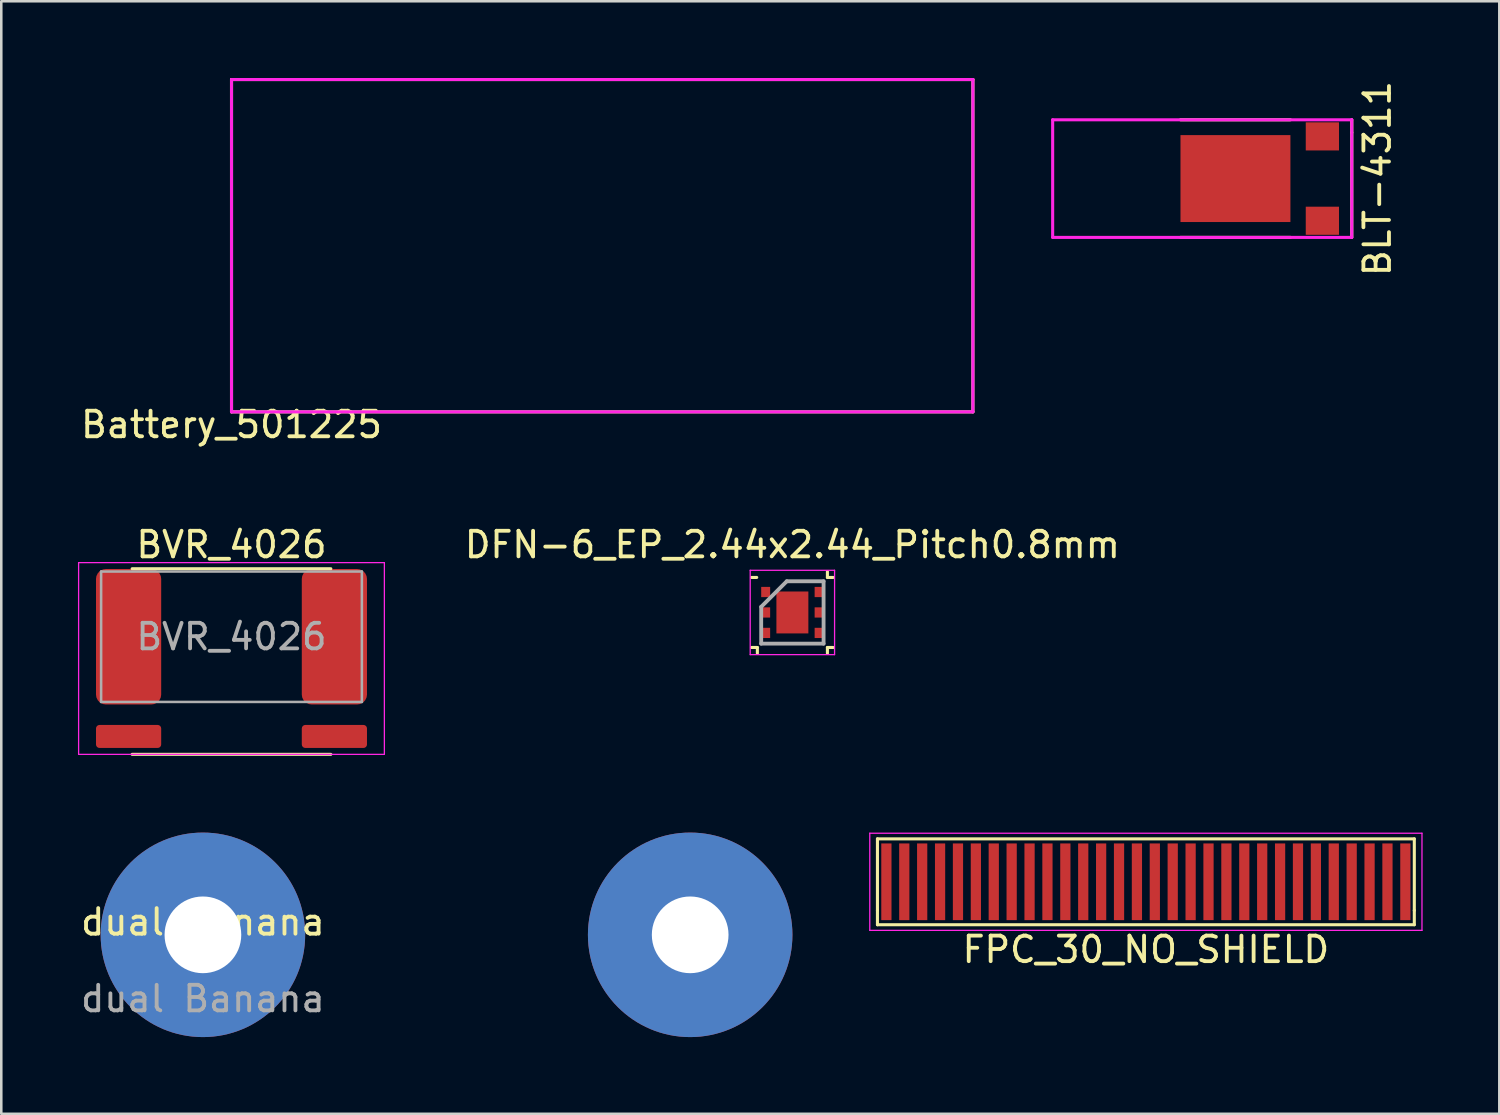
<source format=kicad_pcb>
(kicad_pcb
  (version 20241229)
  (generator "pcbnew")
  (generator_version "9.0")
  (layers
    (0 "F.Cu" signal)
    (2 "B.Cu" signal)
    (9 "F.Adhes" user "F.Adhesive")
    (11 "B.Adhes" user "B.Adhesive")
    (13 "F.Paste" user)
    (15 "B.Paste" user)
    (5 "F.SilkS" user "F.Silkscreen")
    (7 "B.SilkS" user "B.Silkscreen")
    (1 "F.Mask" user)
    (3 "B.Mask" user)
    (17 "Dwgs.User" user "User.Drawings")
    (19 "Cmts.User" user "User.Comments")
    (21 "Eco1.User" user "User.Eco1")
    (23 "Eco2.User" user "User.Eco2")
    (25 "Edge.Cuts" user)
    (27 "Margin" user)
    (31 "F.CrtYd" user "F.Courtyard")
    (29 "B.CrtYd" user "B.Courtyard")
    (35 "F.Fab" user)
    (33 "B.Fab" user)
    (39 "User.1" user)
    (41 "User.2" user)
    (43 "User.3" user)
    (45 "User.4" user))
  (footprint "DFN-6_EP_2.44x2.44_Pitch0.8mm"
    (layer "F.Cu")
    (at 27.945 20.907)
    (property "Reference" "DFN-6_EP_2.44x2.44_Pitch0.8mm" (at 0 -2.65 0) (layer "F.SilkS") (effects (font (size 1 1) (thickness 0.15))))
    (attr smd)
    (fp_line (start -1.6 -1.37) (end -1.395 -1.37) (stroke (width 0.12) (type solid)) (layer "F.SilkS"))
    (fp_line (start -1.6 1.37) (end -1.37 1.37) (stroke (width 0.12) (type solid)) (layer "F.SilkS"))
    (fp_line (start -1.37 1.37) (end -1.37 1.6) (stroke (width 0.12) (type solid)) (layer "F.SilkS"))
    (fp_line (start 1.37 -1.37) (end 1.37 -1.6) (stroke (width 0.12) (type solid)) (layer "F.SilkS"))
    (fp_line (start 1.37 1.37) (end 1.37 1.6) (stroke (width 0.12) (type solid)) (layer "F.SilkS"))
    (fp_line (start 1.6 -1.37) (end 1.37 -1.37) (stroke (width 0.12) (type solid)) (layer "F.SilkS"))
    (fp_line (start 1.6 1.37) (end 1.37 1.37) (stroke (width 0.12) (type solid)) (layer "F.SilkS"))
    (fp_poly (pts (xy 0.5 0.7) (xy -0.5 0.7) (xy -0.5 -0.7) (xy 0.5 -0.7)) (stroke (width 0.01) (type solid)) (fill yes) (layer "F.Paste"))
    (fp_line (start -1.65 -1.65) (end 1.65 -1.65) (stroke (width 0.05) (type solid)) (layer "F.CrtYd"))
    (fp_line (start -1.65 1.65) (end -1.65 -1.65) (stroke (width 0.05) (type solid)) (layer "F.CrtYd"))
    (fp_line (start 1.65 -1.65) (end 1.65 1.65) (stroke (width 0.05) (type solid)) (layer "F.CrtYd"))
    (fp_line (start 1.65 1.65) (end -1.65 1.65) (stroke (width 0.05) (type solid)) (layer "F.CrtYd"))
    (fp_line (start -1.22 -0.22) (end -1.22 1.22) (stroke (width 0.15) (type solid)) (layer "F.Fab"))
    (fp_line (start -1.22 1.22) (end 1.22 1.22) (stroke (width 0.15) (type solid)) (layer "F.Fab"))
    (fp_line (start -0.22 -1.22) (end -1.22 -0.22) (stroke (width 0.15) (type solid)) (layer "F.Fab"))
    (fp_line (start 1.22 -1.22) (end -0.22 -1.22) (stroke (width 0.15) (type solid)) (layer "F.Fab"))
    (fp_line (start 1.22 1.22) (end 1.22 -1.22) (stroke (width 0.15) (type solid)) (layer "F.Fab"))
    (pad "1" smd rect (at -1.045 -0.8 90) (size 0.4 0.35) (layers "F.Cu" "F.Mask" "F.Paste"))
    (pad "2" smd rect (at -1.045 0 90) (size 0.4 0.35) (layers "F.Cu" "F.Mask" "F.Paste"))
    (pad "2" smd rect (at 0 0) (size 1.25 1.64) (layers "*.Paste" "F.Cu" "F.Mask"))
    (pad "3" smd rect (at -1.045 0.8 90) (size 0.4 0.35) (layers "F.Cu" "F.Mask" "F.Paste"))
    (pad "4" smd rect (at 1.045 0.8 90) (size 0.4 0.35) (layers "F.Cu" "F.Mask" "F.Paste"))
    (pad "5" smd rect (at 1.045 0 90) (size 0.4 0.35) (layers "F.Cu" "F.Mask" "F.Paste"))
    (pad "6" smd rect (at 1.045 -0.8 90) (size 0.4 0.35) (layers "F.Cu" "F.Mask" "F.Paste")))
  (footprint "Battery_501225"
    (layer "F.Cu")
    (at 6.006 13.06)
    (property "Reference" "Battery_501225" (at 0 0.5 0) (layer "F.SilkS") (effects (font (size 1 1) (thickness 0.15))))
    (attr through_hole)
    (fp_line (start 0 -13) (end 0 0) (stroke (width 0.12) (type solid)) (layer "F.SilkS"))
    (fp_line (start 0 0) (end 29 0) (stroke (width 0.12) (type solid)) (layer "F.SilkS"))
    (fp_line (start 29 -13) (end 0 -13) (stroke (width 0.12) (type solid)) (layer "F.SilkS"))
    (fp_line (start 29 0) (end 29 -13) (stroke (width 0.12) (type solid)) (layer "F.SilkS"))
    (fp_line (start 0 -13) (end 29 -13) (stroke (width 0.12) (type solid)) (layer "F.CrtYd"))
    (fp_line (start 0 0) (end 0 -13) (stroke (width 0.12) (type solid)) (layer "F.CrtYd"))
    (fp_line (start 29 -13) (end 29 0) (stroke (width 0.12) (type solid)) (layer "F.CrtYd"))
    (fp_line (start 29 0) (end 0 0) (stroke (width 0.12) (type solid)) (layer "F.CrtYd")))
  (footprint "dual Banana"
    (layer "F.Cu")
    (at 4.887 33.517)
    (property "Reference" "dual Banana" (at 0 -0.5 0) (unlocked yes) (layer "F.SilkS") (effects (font (size 1 1) (thickness 0.15))))
    (attr through_hole)
    (fp_text user "${REFERENCE}" (at 0 2.5 0) (unlocked yes) (layer "F.Fab") (effects (font (size 1 1) (thickness 0.15))))
    (pad "1" thru_hole circle (at 0 0) (size 8 8) (drill 3) (layers "*.Cu" "*.Mask"))
    (pad "2" thru_hole circle (at 19.06 0) (size 8 8) (drill 3) (layers "*.Cu" "*.Mask")))
  (footprint "FPC_30_NO_SHIELD"
    (layer "F.Cu")
    (at 41.772 31.442)
    (property "Reference" "FPC_30_NO_SHIELD" (at 0 2.65 0) (layer "F.SilkS") (effects (font (size 1 1) (thickness 0.15))))
    (attr smd)
    (fp_line (start -10.5 -1.68) (end 10.5 -1.68) (stroke (width 0.12) (type solid)) (layer "F.SilkS"))
    (fp_line (start -10.5 1.12) (end -10.5 -1.68) (stroke (width 0.12) (type solid)) (layer "F.SilkS"))
    (fp_line (start -10.5 1.68) (end -10.5 1.12) (stroke (width 0.12) (type solid)) (layer "F.SilkS"))
    (fp_line (start -10.5 1.68) (end 10.5 1.68) (stroke (width 0.12) (type solid)) (layer "F.SilkS"))
    (fp_line (start 10.5 1.12) (end 10.5 -1.68) (stroke (width 0.12) (type solid)) (layer "F.SilkS"))
    (fp_line (start 10.5 1.68) (end 10.5 1.12) (stroke (width 0.12) (type solid)) (layer "F.SilkS"))
    (fp_line (start -10.8 -1.9) (end -10.8 1.9) (stroke (width 0.05) (type solid)) (layer "F.CrtYd"))
    (fp_line (start -10.8 -1.9) (end 10.8 -1.9) (stroke (width 0.05) (type solid)) (layer "F.CrtYd"))
    (fp_line (start -10.8 1.9) (end 10.8 1.9) (stroke (width 0.05) (type solid)) (layer "F.CrtYd"))
    (fp_line (start 10.8 -1.9) (end 10.8 1.9) (stroke (width 0.05) (type solid)) (layer "F.CrtYd"))
    (pad "1" smd rect (at -10.15 0) (size 0.4 3) (layers "F.Cu" "F.Mask" "F.Paste"))
    (pad "2" smd rect (at -9.45 0) (size 0.4 3) (layers "F.Cu" "F.Mask" "F.Paste"))
    (pad "3" smd rect (at -8.75 0) (size 0.4 3) (layers "F.Cu" "F.Mask" "F.Paste"))
    (pad "4" smd rect (at -8.05 0) (size 0.4 3) (layers "F.Cu" "F.Mask" "F.Paste"))
    (pad "5" smd rect (at -7.35 0) (size 0.4 3) (layers "F.Cu" "F.Mask" "F.Paste"))
    (pad "6" smd rect (at -6.65 0) (size 0.4 3) (layers "F.Cu" "F.Mask" "F.Paste"))
    (pad "7" smd rect (at -5.95 0) (size 0.4 3) (layers "F.Cu" "F.Mask" "F.Paste"))
    (pad "8" smd rect (at -5.25 0) (size 0.4 3) (layers "F.Cu" "F.Mask" "F.Paste"))
    (pad "9" smd rect (at -4.55 0) (size 0.4 3) (layers "F.Cu" "F.Mask" "F.Paste"))
    (pad "10" smd rect (at -3.85 0) (size 0.4 3) (layers "F.Cu" "F.Mask" "F.Paste"))
    (pad "11" smd rect (at -3.15 0) (size 0.4 3) (layers "F.Cu" "F.Mask" "F.Paste"))
    (pad "12" smd rect (at -2.45 0) (size 0.4 3) (layers "F.Cu" "F.Mask" "F.Paste"))
    (pad "13" smd rect (at -1.75 0) (size 0.4 3) (layers "F.Cu" "F.Mask" "F.Paste"))
    (pad "14" smd rect (at -1.05 0) (size 0.4 3) (layers "F.Cu" "F.Mask" "F.Paste"))
    (pad "15" smd rect (at -0.35 0) (size 0.4 3) (layers "F.Cu" "F.Mask" "F.Paste"))
    (pad "16" smd rect (at 0.35 0) (size 0.4 3) (layers "F.Cu" "F.Mask" "F.Paste"))
    (pad "17" smd rect (at 1.05 0) (size 0.4 3) (layers "F.Cu" "F.Mask" "F.Paste"))
    (pad "18" smd rect (at 1.75 0) (size 0.4 3) (layers "F.Cu" "F.Mask" "F.Paste"))
    (pad "19" smd rect (at 2.45 0) (size 0.4 3) (layers "F.Cu" "F.Mask" "F.Paste"))
    (pad "20" smd rect (at 3.15 0) (size 0.4 3) (layers "F.Cu" "F.Mask" "F.Paste"))
    (pad "21" smd rect (at 3.85 0) (size 0.4 3) (layers "F.Cu" "F.Mask" "F.Paste"))
    (pad "22" smd rect (at 4.55 0) (size 0.4 3) (layers "F.Cu" "F.Mask" "F.Paste"))
    (pad "23" smd rect (at 5.25 0) (size 0.4 3) (layers "F.Cu" "F.Mask" "F.Paste"))
    (pad "24" smd rect (at 5.95 0) (size 0.4 3) (layers "F.Cu" "F.Mask" "F.Paste"))
    (pad "25" smd rect (at 6.65 0) (size 0.4 3) (layers "F.Cu" "F.Mask" "F.Paste"))
    (pad "26" smd rect (at 7.35 0) (size 0.4 3) (layers "F.Cu" "F.Mask" "F.Paste"))
    (pad "27" smd rect (at 8.05 0) (size 0.4 3) (layers "F.Cu" "F.Mask" "F.Paste"))
    (pad "28" smd rect (at 8.75 0) (size 0.4 3) (layers "F.Cu" "F.Mask" "F.Paste"))
    (pad "29" smd rect (at 9.45 0) (size 0.4 3) (layers "F.Cu" "F.Mask" "F.Paste"))
    (pad "30" smd rect (at 10.15 0) (size 0.4 3) (layers "F.Cu" "F.Mask" "F.Paste")))
  (footprint "BVR_4026"
    (layer "F.Cu")
    (at 6.005 21.857)
    (property "Reference" "BVR_4026" (at 0 -3.6 0) (layer "F.SilkS") (effects (font (size 1 1) (thickness 0.15))))
    (attr smd)
    (fp_line (start -3.886 -2.66) (end 3.886 -2.66) (stroke (width 0.12) (type solid)) (layer "F.SilkS"))
    (fp_line (start -3.886 4.6) (end 3.886 4.6) (stroke (width 0.12) (type solid)) (layer "F.SilkS"))
    (fp_line (start -5.98 -2.9) (end 5.98 -2.9) (stroke (width 0.05) (type solid)) (layer "F.CrtYd"))
    (fp_line (start -5.98 4.6) (end -5.98 -2.9) (stroke (width 0.05) (type solid)) (layer "F.CrtYd"))
    (fp_line (start 5.98 -2.9) (end 5.98 4.6) (stroke (width 0.05) (type solid)) (layer "F.CrtYd"))
    (fp_line (start 5.98 4.6) (end -5.98 4.6) (stroke (width 0.05) (type solid)) (layer "F.CrtYd"))
    (fp_line (start -5.1 -2.55) (end 5.1 -2.55) (stroke (width 0.1) (type solid)) (layer "F.Fab"))
    (fp_line (start -5.1 2.55) (end -5.1 -2.55) (stroke (width 0.1) (type solid)) (layer "F.Fab"))
    (fp_line (start 5.1 -2.55) (end 5.1 2.55) (stroke (width 0.1) (type solid)) (layer "F.Fab"))
    (fp_line (start 5.1 2.55) (end -5.1 2.55) (stroke (width 0.1) (type solid)) (layer "F.Fab"))
    (fp_text user "${REFERENCE}" (at 0 0 0) (layer "F.Fab") (effects (font (size 1 1) (thickness 0.15))))
    (pad "1" smd roundrect (at -4.025 0) (size 2.55 5.3) (layers "F.Cu" "F.Mask" "F.Paste") (roundrect_rratio 0.152))
    (pad "2" smd roundrect (at -4.025 3.9) (size 2.55 0.9) (layers "F.Cu" "F.Mask" "F.Paste") (roundrect_rratio 0.152))
    (pad "3" smd roundrect (at 4.025 3.9) (size 2.55 0.9) (layers "F.Cu" "F.Mask" "F.Paste") (roundrect_rratio 0.152))
    (pad "4" smd roundrect (at 4.025 0) (size 2.55 5.3) (layers "F.Cu" "F.Mask" "F.Paste") (roundrect_rratio 0.152)))
  (footprint "BLT-4311"
    (layer "F.Cu")
    (at 49.326 3.935)
    (property "Reference" "BLT-4311" (at 1.5 0 90) (layer "F.SilkS") (effects (font (size 1 1) (thickness 0.15))))
    (attr smd)
    (fp_line (start -6.2 -2.3) (end -1.9 -2.3) (stroke (width 0.12) (type solid)) (layer "F.SilkS"))
    (fp_line (start -6.2 2.3) (end -1.9 2.3) (stroke (width 0.12) (type solid)) (layer "F.SilkS"))
    (fp_line (start 0.5 -2.3) (end 0.5 -1.8) (stroke (width 0.12) (type solid)) (layer "F.SilkS"))
    (fp_line (start 0.5 2.3) (end 0.5 -1.8) (stroke (width 0.12) (type solid)) (layer "F.SilkS"))
    (fp_line (start -11.2 -2.3) (end 0.5 -2.3) (stroke (width 0.12) (type solid)) (layer "F.CrtYd"))
    (fp_line (start -11.2 2.3) (end -11.2 -2.3) (stroke (width 0.12) (type solid)) (layer "F.CrtYd"))
    (fp_line (start 0.5 -2.3) (end 0.5 2.3) (stroke (width 0.12) (type solid)) (layer "F.CrtYd"))
    (fp_line (start 0.5 2.3) (end -11.2 2.3) (stroke (width 0.12) (type solid)) (layer "F.CrtYd"))
    (pad "1" smd rect (at -0.65 1.65) (size 1.3 1.1) (layers "F.Cu" "F.Mask" "F.Paste"))
    (pad "2" smd rect (at -0.65 -1.65) (size 1.3 1.1) (layers "F.Cu" "F.Mask" "F.Paste"))
    (pad "M" smd rect (at -4.05 0) (size 4.3 3.4) (layers "F.Cu" "F.Mask" "F.Paste")))
  (gr_rect
    (start -3 -3)
    (end 55.597 40.517)
    (stroke (width 0.1) (type default))
    (fill no)
    (layer "Edge.Cuts")))
</source>
